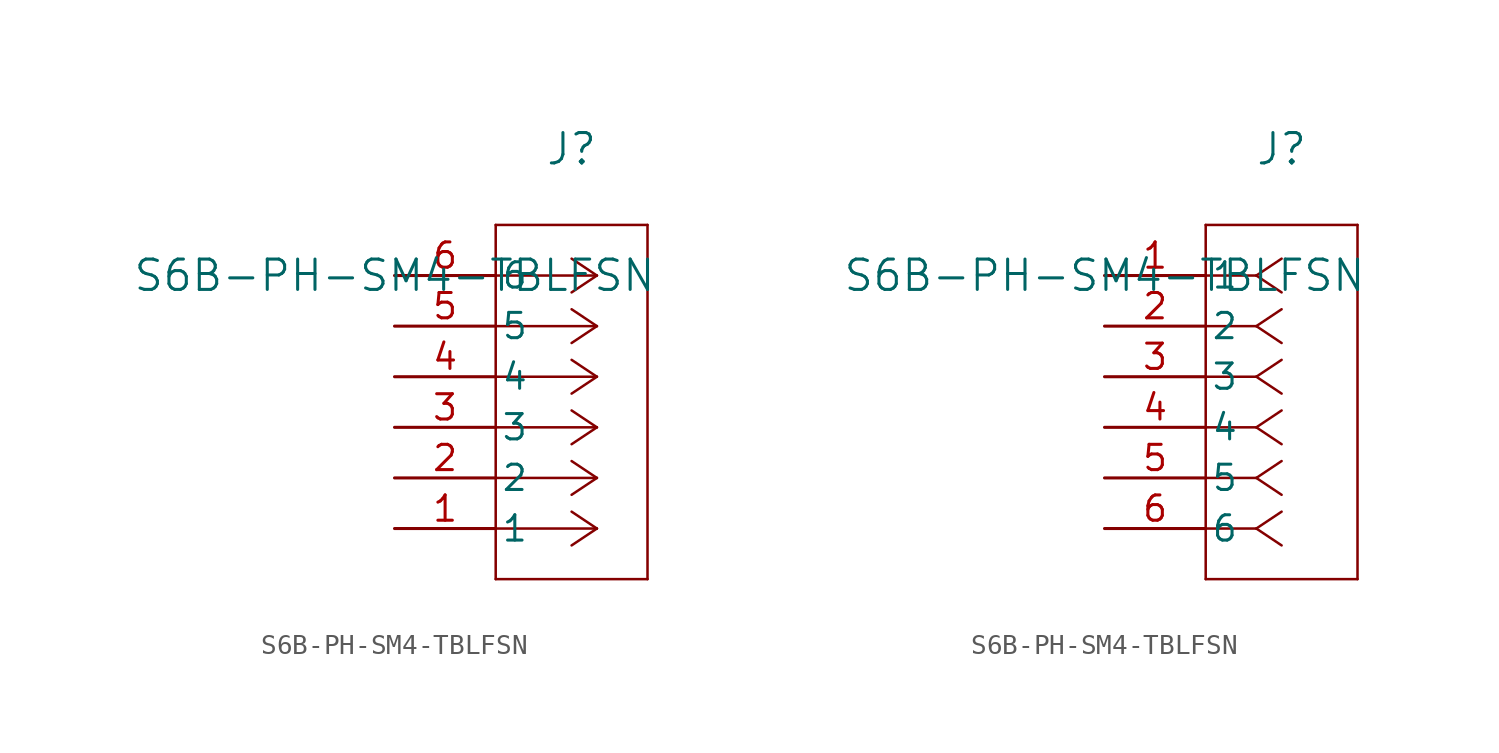
<source format=kicad_sym>
(kicad_symbol_lib
  (version 20220914)
  (generator kicad_symbol_editor)
  (symbol "S6B-PH-SM4-TBLFSN"
    (pin_names
      (offset 0.254))
    (property "Reference" "J"
      (at 8.89 6.35 0)
      (effects (font (size 1.524 1.524))))
    (property "Value" "S6B-PH-SM4-TBLFSN"
      (at 0 0 0)
      (effects (font (size 1.524 1.524))))
    (property "ki_locked" ""
      (at 0 0 0)
      (effects (font (size 1.27 1.27))))
    (symbol "S6B-PH-SM4-TBLFSN_1_1"
      (polyline (pts (xy 5.08 -15.24) (xy 12.7 -15.24)) (stroke (width 0.127) (type default)) (fill (type none)))
      (polyline (pts (xy 5.08 2.54) (xy 5.08 -15.24)) (stroke (width 0.127) (type default)) (fill (type none)))
      (polyline (pts (xy 10.16 -12.7) (xy 5.08 -12.7)) (stroke (width 0.127) (type default)) (fill (type none)))
      (polyline (pts (xy 10.16 -12.7) (xy 8.89 -13.547)) (stroke (width 0.127) (type default)) (fill (type none)))
      (polyline (pts (xy 10.16 -12.7) (xy 8.89 -11.853)) (stroke (width 0.127) (type default)) (fill (type none)))
      (polyline (pts (xy 10.16 -10.16) (xy 5.08 -10.16)) (stroke (width 0.127) (type default)) (fill (type none)))
      (polyline (pts (xy 10.16 -10.16) (xy 8.89 -11.007)) (stroke (width 0.127) (type default)) (fill (type none)))
      (polyline (pts (xy 10.16 -10.16) (xy 8.89 -9.313)) (stroke (width 0.127) (type default)) (fill (type none)))
      (polyline (pts (xy 10.16 -7.62) (xy 5.08 -7.62)) (stroke (width 0.127) (type default)) (fill (type none)))
      (polyline (pts (xy 10.16 -7.62) (xy 8.89 -8.467)) (stroke (width 0.127) (type default)) (fill (type none)))
      (polyline (pts (xy 10.16 -7.62) (xy 8.89 -6.773)) (stroke (width 0.127) (type default)) (fill (type none)))
      (polyline (pts (xy 10.16 -5.08) (xy 5.08 -5.08)) (stroke (width 0.127) (type default)) (fill (type none)))
      (polyline (pts (xy 10.16 -5.08) (xy 8.89 -5.927)) (stroke (width 0.127) (type default)) (fill (type none)))
      (polyline (pts (xy 10.16 -5.08) (xy 8.89 -4.233)) (stroke (width 0.127) (type default)) (fill (type none)))
      (polyline (pts (xy 10.16 -2.54) (xy 5.08 -2.54)) (stroke (width 0.127) (type default)) (fill (type none)))
      (polyline (pts (xy 10.16 -2.54) (xy 8.89 -3.387)) (stroke (width 0.127) (type default)) (fill (type none)))
      (polyline (pts (xy 10.16 -2.54) (xy 8.89 -1.693)) (stroke (width 0.127) (type default)) (fill (type none)))
      (polyline (pts (xy 10.16 0) (xy 5.08 0)) (stroke (width 0.127) (type default)) (fill (type none)))
      (polyline (pts (xy 10.16 0) (xy 8.89 -0.847)) (stroke (width 0.127) (type default)) (fill (type none)))
      (polyline (pts (xy 10.16 0) (xy 8.89 0.847)) (stroke (width 0.127) (type default)) (fill (type none)))
      (polyline (pts (xy 12.7 -15.24) (xy 12.7 2.54)) (stroke (width 0.127) (type default)) (fill (type none)))
      (polyline (pts (xy 12.7 2.54) (xy 5.08 2.54)) (stroke (width 0.127) (type default)) (fill (type none)))
      (pin unspecified line (at 0 -12.7 0) (length 5.08) (name "1" (effects (font (size 1.27 1.27)))) (number "1" (effects (font (size 1.27 1.27)))))
      (pin unspecified line (at 0 -10.16 0) (length 5.08) (name "2" (effects (font (size 1.27 1.27)))) (number "2" (effects (font (size 1.27 1.27)))))
      (pin unspecified line (at 0 -7.62 0) (length 5.08) (name "3" (effects (font (size 1.27 1.27)))) (number "3" (effects (font (size 1.27 1.27)))))
      (pin unspecified line (at 0 -5.08 0) (length 5.08) (name "4" (effects (font (size 1.27 1.27)))) (number "4" (effects (font (size 1.27 1.27)))))
      (pin unspecified line (at 0 -2.54 0) (length 5.08) (name "5" (effects (font (size 1.27 1.27)))) (number "5" (effects (font (size 1.27 1.27)))))
      (pin unspecified line (at 0 0 0) (length 5.08) (name "6" (effects (font (size 1.27 1.27)))) (number "6" (effects (font (size 1.27 1.27))))))
    (symbol "S6B-PH-SM4-TBLFSN_1_2"
      (polyline (pts (xy 5.08 -15.24) (xy 12.7 -15.24)) (stroke (width 0.127) (type default)) (fill (type none)))
      (polyline (pts (xy 5.08 2.54) (xy 5.08 -15.24)) (stroke (width 0.127) (type default)) (fill (type none)))
      (polyline (pts (xy 7.62 -12.7) (xy 5.08 -12.7)) (stroke (width 0.127) (type default)) (fill (type none)))
      (polyline (pts (xy 7.62 -12.7) (xy 8.89 -13.547)) (stroke (width 0.127) (type default)) (fill (type none)))
      (polyline (pts (xy 7.62 -12.7) (xy 8.89 -11.853)) (stroke (width 0.127) (type default)) (fill (type none)))
      (polyline (pts (xy 7.62 -10.16) (xy 5.08 -10.16)) (stroke (width 0.127) (type default)) (fill (type none)))
      (polyline (pts (xy 7.62 -10.16) (xy 8.89 -11.007)) (stroke (width 0.127) (type default)) (fill (type none)))
      (polyline (pts (xy 7.62 -10.16) (xy 8.89 -9.313)) (stroke (width 0.127) (type default)) (fill (type none)))
      (polyline (pts (xy 7.62 -7.62) (xy 5.08 -7.62)) (stroke (width 0.127) (type default)) (fill (type none)))
      (polyline (pts (xy 7.62 -7.62) (xy 8.89 -8.467)) (stroke (width 0.127) (type default)) (fill (type none)))
      (polyline (pts (xy 7.62 -7.62) (xy 8.89 -6.773)) (stroke (width 0.127) (type default)) (fill (type none)))
      (polyline (pts (xy 7.62 -5.08) (xy 5.08 -5.08)) (stroke (width 0.127) (type default)) (fill (type none)))
      (polyline (pts (xy 7.62 -5.08) (xy 8.89 -5.927)) (stroke (width 0.127) (type default)) (fill (type none)))
      (polyline (pts (xy 7.62 -5.08) (xy 8.89 -4.233)) (stroke (width 0.127) (type default)) (fill (type none)))
      (polyline (pts (xy 7.62 -2.54) (xy 5.08 -2.54)) (stroke (width 0.127) (type default)) (fill (type none)))
      (polyline (pts (xy 7.62 -2.54) (xy 8.89 -3.387)) (stroke (width 0.127) (type default)) (fill (type none)))
      (polyline (pts (xy 7.62 -2.54) (xy 8.89 -1.693)) (stroke (width 0.127) (type default)) (fill (type none)))
      (polyline (pts (xy 7.62 0) (xy 5.08 0)) (stroke (width 0.127) (type default)) (fill (type none)))
      (polyline (pts (xy 7.62 0) (xy 8.89 -0.847)) (stroke (width 0.127) (type default)) (fill (type none)))
      (polyline (pts (xy 7.62 0) (xy 8.89 0.847)) (stroke (width 0.127) (type default)) (fill (type none)))
      (polyline (pts (xy 12.7 -15.24) (xy 12.7 2.54)) (stroke (width 0.127) (type default)) (fill (type none)))
      (polyline (pts (xy 12.7 2.54) (xy 5.08 2.54)) (stroke (width 0.127) (type default)) (fill (type none)))
      (pin unspecified line (at 0 0 0) (length 5.08) (name "1" (effects (font (size 1.27 1.27)))) (number "1" (effects (font (size 1.27 1.27)))))
      (pin unspecified line (at 0 -2.54 0) (length 5.08) (name "2" (effects (font (size 1.27 1.27)))) (number "2" (effects (font (size 1.27 1.27)))))
      (pin unspecified line (at 0 -5.08 0) (length 5.08) (name "3" (effects (font (size 1.27 1.27)))) (number "3" (effects (font (size 1.27 1.27)))))
      (pin unspecified line (at 0 -7.62 0) (length 5.08) (name "4" (effects (font (size 1.27 1.27)))) (number "4" (effects (font (size 1.27 1.27)))))
      (pin unspecified line (at 0 -10.16 0) (length 5.08) (name "5" (effects (font (size 1.27 1.27)))) (number "5" (effects (font (size 1.27 1.27)))))
      (pin unspecified line (at 0 -12.7 0) (length 5.08) (name "6" (effects (font (size 1.27 1.27)))) (number "6" (effects (font (size 1.27 1.27))))))))
</source>
